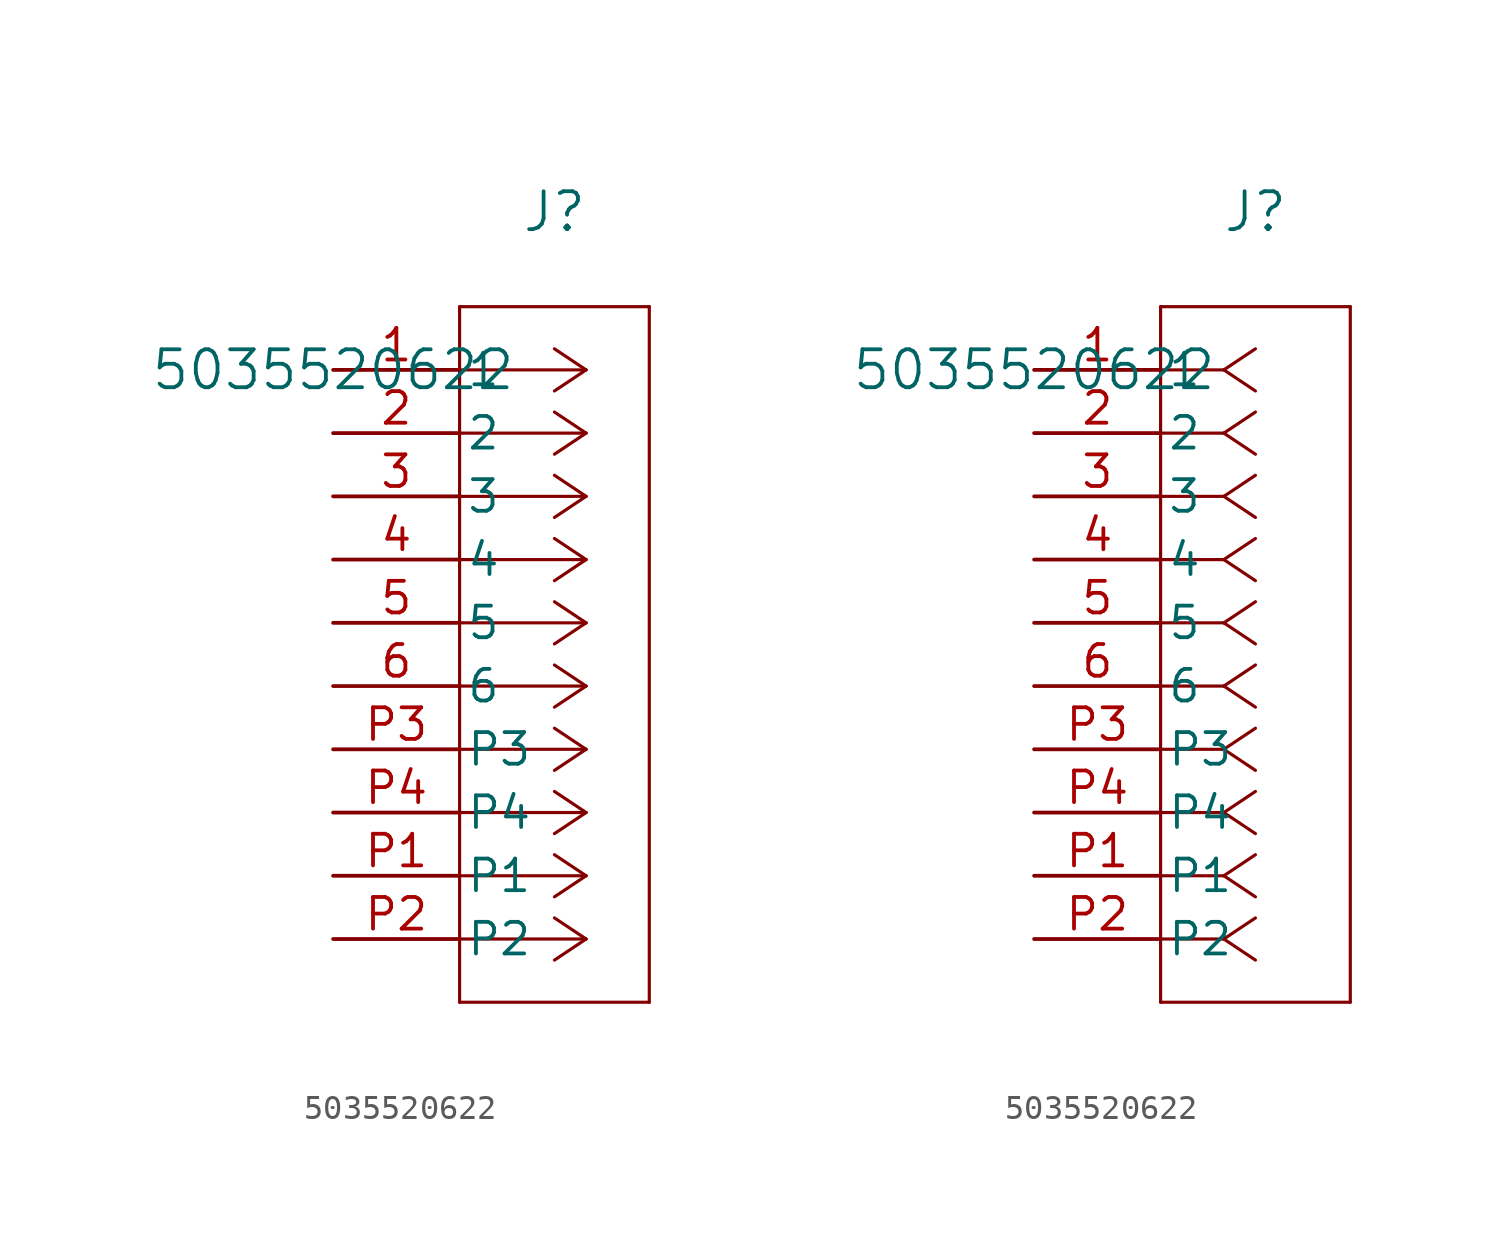
<source format=kicad_sym>
(kicad_symbol_lib
  (version 20211014)
  (generator kicad_symbol_editor)
  (symbol "5035520622"
    (pin_names
      (offset 0.254))
    (property "Reference" "J"
      (at 8.89 6.35 0)
      (effects (font (size 1.524 1.524))))
    (property "Value" "5035520622"
      (at 0 0 0)
      (effects (font (size 1.524 1.524))))
    (symbol "5035520622_1_1"
      (polyline (pts (xy 10.16 0) (xy 5.08 0)) (stroke (width 0.127) (type default) (color 0 0 0 0)) (fill (type none)))
      (polyline (pts (xy 10.16 -2.54) (xy 5.08 -2.54)) (stroke (width 0.127) (type default) (color 0 0 0 0)) (fill (type none)))
      (polyline (pts (xy 10.16 -5.08) (xy 5.08 -5.08)) (stroke (width 0.127) (type default) (color 0 0 0 0)) (fill (type none)))
      (polyline (pts (xy 10.16 -7.62) (xy 5.08 -7.62)) (stroke (width 0.127) (type default) (color 0 0 0 0)) (fill (type none)))
      (polyline (pts (xy 10.16 -10.16) (xy 5.08 -10.16)) (stroke (width 0.127) (type default) (color 0 0 0 0)) (fill (type none)))
      (polyline (pts (xy 10.16 -12.7) (xy 5.08 -12.7)) (stroke (width 0.127) (type default) (color 0 0 0 0)) (fill (type none)))
      (polyline (pts (xy 10.16 -15.24) (xy 5.08 -15.24)) (stroke (width 0.127) (type default) (color 0 0 0 0)) (fill (type none)))
      (polyline (pts (xy 10.16 -17.78) (xy 5.08 -17.78)) (stroke (width 0.127) (type default) (color 0 0 0 0)) (fill (type none)))
      (polyline (pts (xy 10.16 -20.32) (xy 5.08 -20.32)) (stroke (width 0.127) (type default) (color 0 0 0 0)) (fill (type none)))
      (polyline (pts (xy 10.16 -22.86) (xy 5.08 -22.86)) (stroke (width 0.127) (type default) (color 0 0 0 0)) (fill (type none)))
      (polyline (pts (xy 10.16 0) (xy 8.89 0.847)) (stroke (width 0.127) (type default) (color 0 0 0 0)) (fill (type none)))
      (polyline (pts (xy 10.16 -2.54) (xy 8.89 -1.693)) (stroke (width 0.127) (type default) (color 0 0 0 0)) (fill (type none)))
      (polyline (pts (xy 10.16 -5.08) (xy 8.89 -4.233)) (stroke (width 0.127) (type default) (color 0 0 0 0)) (fill (type none)))
      (polyline (pts (xy 10.16 -7.62) (xy 8.89 -6.773)) (stroke (width 0.127) (type default) (color 0 0 0 0)) (fill (type none)))
      (polyline (pts (xy 10.16 -10.16) (xy 8.89 -9.313)) (stroke (width 0.127) (type default) (color 0 0 0 0)) (fill (type none)))
      (polyline (pts (xy 10.16 -12.7) (xy 8.89 -11.853)) (stroke (width 0.127) (type default) (color 0 0 0 0)) (fill (type none)))
      (polyline (pts (xy 10.16 -15.24) (xy 8.89 -14.393)) (stroke (width 0.127) (type default) (color 0 0 0 0)) (fill (type none)))
      (polyline (pts (xy 10.16 -17.78) (xy 8.89 -16.933)) (stroke (width 0.127) (type default) (color 0 0 0 0)) (fill (type none)))
      (polyline (pts (xy 10.16 -20.32) (xy 8.89 -19.473)) (stroke (width 0.127) (type default) (color 0 0 0 0)) (fill (type none)))
      (polyline (pts (xy 10.16 -22.86) (xy 8.89 -22.013)) (stroke (width 0.127) (type default) (color 0 0 0 0)) (fill (type none)))
      (polyline (pts (xy 10.16 0) (xy 8.89 -0.847)) (stroke (width 0.127) (type default) (color 0 0 0 0)) (fill (type none)))
      (polyline (pts (xy 10.16 -2.54) (xy 8.89 -3.387)) (stroke (width 0.127) (type default) (color 0 0 0 0)) (fill (type none)))
      (polyline (pts (xy 10.16 -5.08) (xy 8.89 -5.927)) (stroke (width 0.127) (type default) (color 0 0 0 0)) (fill (type none)))
      (polyline (pts (xy 10.16 -7.62) (xy 8.89 -8.467)) (stroke (width 0.127) (type default) (color 0 0 0 0)) (fill (type none)))
      (polyline (pts (xy 10.16 -10.16) (xy 8.89 -11.007)) (stroke (width 0.127) (type default) (color 0 0 0 0)) (fill (type none)))
      (polyline (pts (xy 10.16 -12.7) (xy 8.89 -13.547)) (stroke (width 0.127) (type default) (color 0 0 0 0)) (fill (type none)))
      (polyline (pts (xy 10.16 -15.24) (xy 8.89 -16.087)) (stroke (width 0.127) (type default) (color 0 0 0 0)) (fill (type none)))
      (polyline (pts (xy 10.16 -17.78) (xy 8.89 -18.627)) (stroke (width 0.127) (type default) (color 0 0 0 0)) (fill (type none)))
      (polyline (pts (xy 10.16 -20.32) (xy 8.89 -21.167)) (stroke (width 0.127) (type default) (color 0 0 0 0)) (fill (type none)))
      (polyline (pts (xy 10.16 -22.86) (xy 8.89 -23.707)) (stroke (width 0.127) (type default) (color 0 0 0 0)) (fill (type none)))
      (polyline (pts (xy 5.08 2.54) (xy 5.08 -25.4)) (stroke (width 0.127) (type default) (color 0 0 0 0)) (fill (type none)))
      (polyline (pts (xy 5.08 -25.4) (xy 12.7 -25.4)) (stroke (width 0.127) (type default) (color 0 0 0 0)) (fill (type none)))
      (polyline (pts (xy 12.7 -25.4) (xy 12.7 2.54)) (stroke (width 0.127) (type default) (color 0 0 0 0)) (fill (type none)))
      (polyline (pts (xy 12.7 2.54) (xy 5.08 2.54)) (stroke (width 0.127) (type default) (color 0 0 0 0)) (fill (type none)))
      (pin unspecified line (at 0 0 0) (length 5.08) (name "1" (effects (font (size 1.27 1.27)))) (number "1" (effects (font (size 1.27 1.27)))))
      (pin unspecified line (at 0 -2.54 0) (length 5.08) (name "2" (effects (font (size 1.27 1.27)))) (number "2" (effects (font (size 1.27 1.27)))))
      (pin unspecified line (at 0 -5.08 0) (length 5.08) (name "3" (effects (font (size 1.27 1.27)))) (number "3" (effects (font (size 1.27 1.27)))))
      (pin unspecified line (at 0 -7.62 0) (length 5.08) (name "4" (effects (font (size 1.27 1.27)))) (number "4" (effects (font (size 1.27 1.27)))))
      (pin unspecified line (at 0 -10.16 0) (length 5.08) (name "5" (effects (font (size 1.27 1.27)))) (number "5" (effects (font (size 1.27 1.27)))))
      (pin unspecified line (at 0 -12.7 0) (length 5.08) (name "6" (effects (font (size 1.27 1.27)))) (number "6" (effects (font (size 1.27 1.27)))))
      (pin unspecified line (at 0 -15.24 0) (length 5.08) (name "P3" (effects (font (size 1.27 1.27)))) (number "P3" (effects (font (size 1.27 1.27)))))
      (pin unspecified line (at 0 -17.78 0) (length 5.08) (name "P4" (effects (font (size 1.27 1.27)))) (number "P4" (effects (font (size 1.27 1.27)))))
      (pin unspecified line (at 0 -20.32 0) (length 5.08) (name "P1" (effects (font (size 1.27 1.27)))) (number "P1" (effects (font (size 1.27 1.27)))))
      (pin unspecified line (at 0 -22.86 0) (length 5.08) (name "P2" (effects (font (size 1.27 1.27)))) (number "P2" (effects (font (size 1.27 1.27))))))
    (symbol "5035520622_1_2"
      (polyline (pts (xy 7.62 0) (xy 5.08 0)) (stroke (width 0.127) (type default) (color 0 0 0 0)) (fill (type none)))
      (polyline (pts (xy 7.62 -2.54) (xy 5.08 -2.54)) (stroke (width 0.127) (type default) (color 0 0 0 0)) (fill (type none)))
      (polyline (pts (xy 7.62 -5.08) (xy 5.08 -5.08)) (stroke (width 0.127) (type default) (color 0 0 0 0)) (fill (type none)))
      (polyline (pts (xy 7.62 -7.62) (xy 5.08 -7.62)) (stroke (width 0.127) (type default) (color 0 0 0 0)) (fill (type none)))
      (polyline (pts (xy 7.62 -10.16) (xy 5.08 -10.16)) (stroke (width 0.127) (type default) (color 0 0 0 0)) (fill (type none)))
      (polyline (pts (xy 7.62 -12.7) (xy 5.08 -12.7)) (stroke (width 0.127) (type default) (color 0 0 0 0)) (fill (type none)))
      (polyline (pts (xy 7.62 -15.24) (xy 5.08 -15.24)) (stroke (width 0.127) (type default) (color 0 0 0 0)) (fill (type none)))
      (polyline (pts (xy 7.62 -17.78) (xy 5.08 -17.78)) (stroke (width 0.127) (type default) (color 0 0 0 0)) (fill (type none)))
      (polyline (pts (xy 7.62 -20.32) (xy 5.08 -20.32)) (stroke (width 0.127) (type default) (color 0 0 0 0)) (fill (type none)))
      (polyline (pts (xy 7.62 -22.86) (xy 5.08 -22.86)) (stroke (width 0.127) (type default) (color 0 0 0 0)) (fill (type none)))
      (polyline (pts (xy 7.62 0) (xy 8.89 0.847)) (stroke (width 0.127) (type default) (color 0 0 0 0)) (fill (type none)))
      (polyline (pts (xy 7.62 -2.54) (xy 8.89 -1.693)) (stroke (width 0.127) (type default) (color 0 0 0 0)) (fill (type none)))
      (polyline (pts (xy 7.62 -5.08) (xy 8.89 -4.233)) (stroke (width 0.127) (type default) (color 0 0 0 0)) (fill (type none)))
      (polyline (pts (xy 7.62 -7.62) (xy 8.89 -6.773)) (stroke (width 0.127) (type default) (color 0 0 0 0)) (fill (type none)))
      (polyline (pts (xy 7.62 -10.16) (xy 8.89 -9.313)) (stroke (width 0.127) (type default) (color 0 0 0 0)) (fill (type none)))
      (polyline (pts (xy 7.62 -12.7) (xy 8.89 -11.853)) (stroke (width 0.127) (type default) (color 0 0 0 0)) (fill (type none)))
      (polyline (pts (xy 7.62 -15.24) (xy 8.89 -14.393)) (stroke (width 0.127) (type default) (color 0 0 0 0)) (fill (type none)))
      (polyline (pts (xy 7.62 -17.78) (xy 8.89 -16.933)) (stroke (width 0.127) (type default) (color 0 0 0 0)) (fill (type none)))
      (polyline (pts (xy 7.62 -20.32) (xy 8.89 -19.473)) (stroke (width 0.127) (type default) (color 0 0 0 0)) (fill (type none)))
      (polyline (pts (xy 7.62 -22.86) (xy 8.89 -22.013)) (stroke (width 0.127) (type default) (color 0 0 0 0)) (fill (type none)))
      (polyline (pts (xy 7.62 0) (xy 8.89 -0.847)) (stroke (width 0.127) (type default) (color 0 0 0 0)) (fill (type none)))
      (polyline (pts (xy 7.62 -2.54) (xy 8.89 -3.387)) (stroke (width 0.127) (type default) (color 0 0 0 0)) (fill (type none)))
      (polyline (pts (xy 7.62 -5.08) (xy 8.89 -5.927)) (stroke (width 0.127) (type default) (color 0 0 0 0)) (fill (type none)))
      (polyline (pts (xy 7.62 -7.62) (xy 8.89 -8.467)) (stroke (width 0.127) (type default) (color 0 0 0 0)) (fill (type none)))
      (polyline (pts (xy 7.62 -10.16) (xy 8.89 -11.007)) (stroke (width 0.127) (type default) (color 0 0 0 0)) (fill (type none)))
      (polyline (pts (xy 7.62 -12.7) (xy 8.89 -13.547)) (stroke (width 0.127) (type default) (color 0 0 0 0)) (fill (type none)))
      (polyline (pts (xy 7.62 -15.24) (xy 8.89 -16.087)) (stroke (width 0.127) (type default) (color 0 0 0 0)) (fill (type none)))
      (polyline (pts (xy 7.62 -17.78) (xy 8.89 -18.627)) (stroke (width 0.127) (type default) (color 0 0 0 0)) (fill (type none)))
      (polyline (pts (xy 7.62 -20.32) (xy 8.89 -21.167)) (stroke (width 0.127) (type default) (color 0 0 0 0)) (fill (type none)))
      (polyline (pts (xy 7.62 -22.86) (xy 8.89 -23.707)) (stroke (width 0.127) (type default) (color 0 0 0 0)) (fill (type none)))
      (polyline (pts (xy 5.08 2.54) (xy 5.08 -25.4)) (stroke (width 0.127) (type default) (color 0 0 0 0)) (fill (type none)))
      (polyline (pts (xy 5.08 -25.4) (xy 12.7 -25.4)) (stroke (width 0.127) (type default) (color 0 0 0 0)) (fill (type none)))
      (polyline (pts (xy 12.7 -25.4) (xy 12.7 2.54)) (stroke (width 0.127) (type default) (color 0 0 0 0)) (fill (type none)))
      (polyline (pts (xy 12.7 2.54) (xy 5.08 2.54)) (stroke (width 0.127) (type default) (color 0 0 0 0)) (fill (type none)))
      (pin unspecified line (at 0 0 0) (length 5.08) (name "1" (effects (font (size 1.27 1.27)))) (number "1" (effects (font (size 1.27 1.27)))))
      (pin unspecified line (at 0 -2.54 0) (length 5.08) (name "2" (effects (font (size 1.27 1.27)))) (number "2" (effects (font (size 1.27 1.27)))))
      (pin unspecified line (at 0 -5.08 0) (length 5.08) (name "3" (effects (font (size 1.27 1.27)))) (number "3" (effects (font (size 1.27 1.27)))))
      (pin unspecified line (at 0 -7.62 0) (length 5.08) (name "4" (effects (font (size 1.27 1.27)))) (number "4" (effects (font (size 1.27 1.27)))))
      (pin unspecified line (at 0 -10.16 0) (length 5.08) (name "5" (effects (font (size 1.27 1.27)))) (number "5" (effects (font (size 1.27 1.27)))))
      (pin unspecified line (at 0 -12.7 0) (length 5.08) (name "6" (effects (font (size 1.27 1.27)))) (number "6" (effects (font (size 1.27 1.27)))))
      (pin unspecified line (at 0 -15.24 0) (length 5.08) (name "P3" (effects (font (size 1.27 1.27)))) (number "P3" (effects (font (size 1.27 1.27)))))
      (pin unspecified line (at 0 -17.78 0) (length 5.08) (name "P4" (effects (font (size 1.27 1.27)))) (number "P4" (effects (font (size 1.27 1.27)))))
      (pin unspecified line (at 0 -20.32 0) (length 5.08) (name "P1" (effects (font (size 1.27 1.27)))) (number "P1" (effects (font (size 1.27 1.27)))))
      (pin unspecified line (at 0 -22.86 0) (length 5.08) (name "P2" (effects (font (size 1.27 1.27)))) (number "P2" (effects (font (size 1.27 1.27))))))))
</source>
